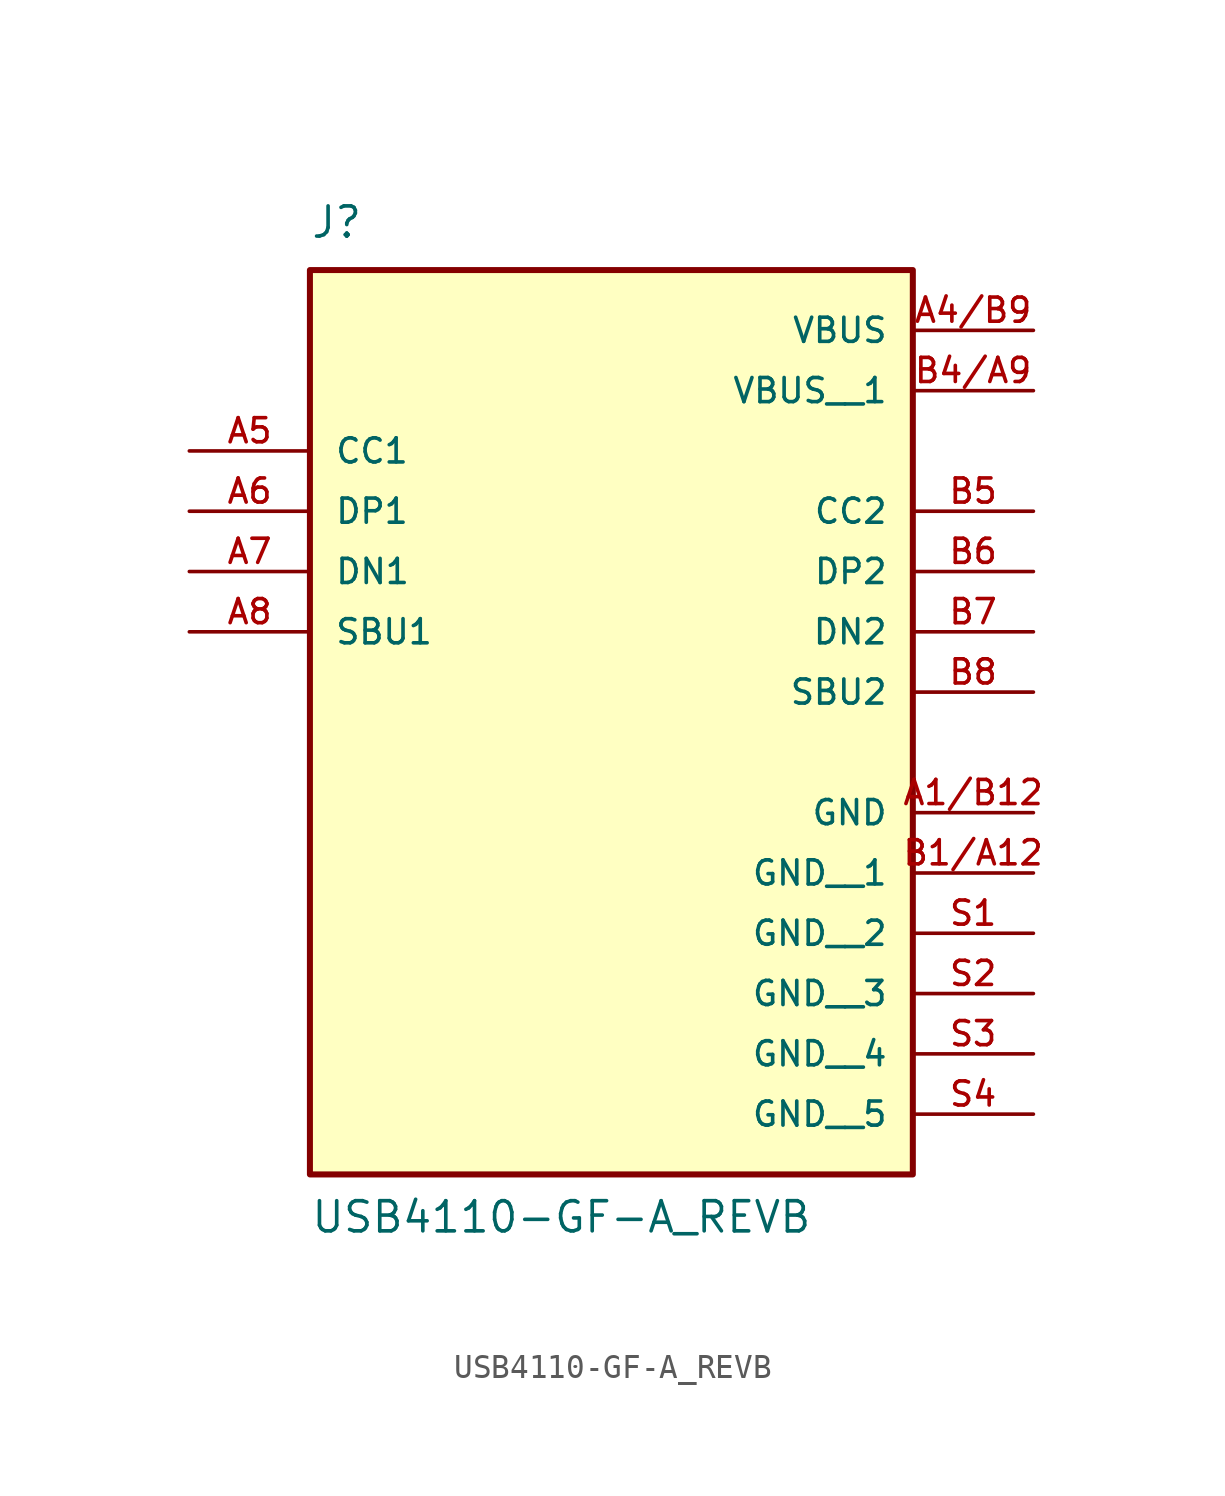
<source format=kicad_sym>
(kicad_symbol_lib
  (version 20210619)
  (generator kicad_symbol_editor)
  (symbol "snapeda:USB4110-GF-A_REVB"
    (pin_names
      (offset 1.016))
    (property "Reference" "J"
      (at -12.7 11.43 0)
      (effects (font (size 1.27 1.27)) (justify left bottom)))
    (property "Value" "USB4110-GF-A_REVB"
      (at -12.7 -30.48 0)
      (effects (font (size 1.27 1.27)) (justify left bottom)))
    (symbol "USB4110-GF-A_REVB_0_0"
      (rectangle (start -12.7 -27.94) (end 12.7 10.16) (stroke (width 0.254)) (fill (type background)))
      (pin power_in line (at 17.78 -12.7 180) (length 5.08) (name "GND" (effects (font (size 1.016 1.016)))) (number "A1/B12" (effects (font (size 1.016 1.016)))))
      (pin power_in line (at 17.78 7.62 180) (length 5.08) (name "VBUS" (effects (font (size 1.016 1.016)))) (number "A4/B9" (effects (font (size 1.016 1.016)))))
      (pin bidirectional line (at -17.78 2.54 0) (length 5.08) (name "CC1" (effects (font (size 1.016 1.016)))) (number "A5" (effects (font (size 1.016 1.016)))))
      (pin bidirectional line (at -17.78 0 0) (length 5.08) (name "DP1" (effects (font (size 1.016 1.016)))) (number "A6" (effects (font (size 1.016 1.016)))))
      (pin bidirectional line (at -17.78 -2.54 0) (length 5.08) (name "DN1" (effects (font (size 1.016 1.016)))) (number "A7" (effects (font (size 1.016 1.016)))))
      (pin bidirectional line (at -17.78 -5.08 0) (length 5.08) (name "SBU1" (effects (font (size 1.016 1.016)))) (number "A8" (effects (font (size 1.016 1.016)))))
      (pin power_in line (at 17.78 -15.24 180) (length 5.08) (name "GND__1" (effects (font (size 1.016 1.016)))) (number "B1/A12" (effects (font (size 1.016 1.016)))))
      (pin power_in line (at 17.78 5.08 180) (length 5.08) (name "VBUS__1" (effects (font (size 1.016 1.016)))) (number "B4/A9" (effects (font (size 1.016 1.016)))))
      (pin bidirectional line (at 17.78 0 180) (length 5.08) (name "CC2" (effects (font (size 1.016 1.016)))) (number "B5" (effects (font (size 1.016 1.016)))))
      (pin bidirectional line (at 17.78 -2.54 180) (length 5.08) (name "DP2" (effects (font (size 1.016 1.016)))) (number "B6" (effects (font (size 1.016 1.016)))))
      (pin bidirectional line (at 17.78 -5.08 180) (length 5.08) (name "DN2" (effects (font (size 1.016 1.016)))) (number "B7" (effects (font (size 1.016 1.016)))))
      (pin bidirectional line (at 17.78 -7.62 180) (length 5.08) (name "SBU2" (effects (font (size 1.016 1.016)))) (number "B8" (effects (font (size 1.016 1.016)))))
      (pin power_in line (at 17.78 -17.78 180) (length 5.08) (name "GND__2" (effects (font (size 1.016 1.016)))) (number "S1" (effects (font (size 1.016 1.016)))))
      (pin power_in line (at 17.78 -20.32 180) (length 5.08) (name "GND__3" (effects (font (size 1.016 1.016)))) (number "S2" (effects (font (size 1.016 1.016)))))
      (pin power_in line (at 17.78 -22.86 180) (length 5.08) (name "GND__4" (effects (font (size 1.016 1.016)))) (number "S3" (effects (font (size 1.016 1.016)))))
      (pin power_in line (at 17.78 -25.4 180) (length 5.08) (name "GND__5" (effects (font (size 1.016 1.016)))) (number "S4" (effects (font (size 1.016 1.016))))))))
</source>
